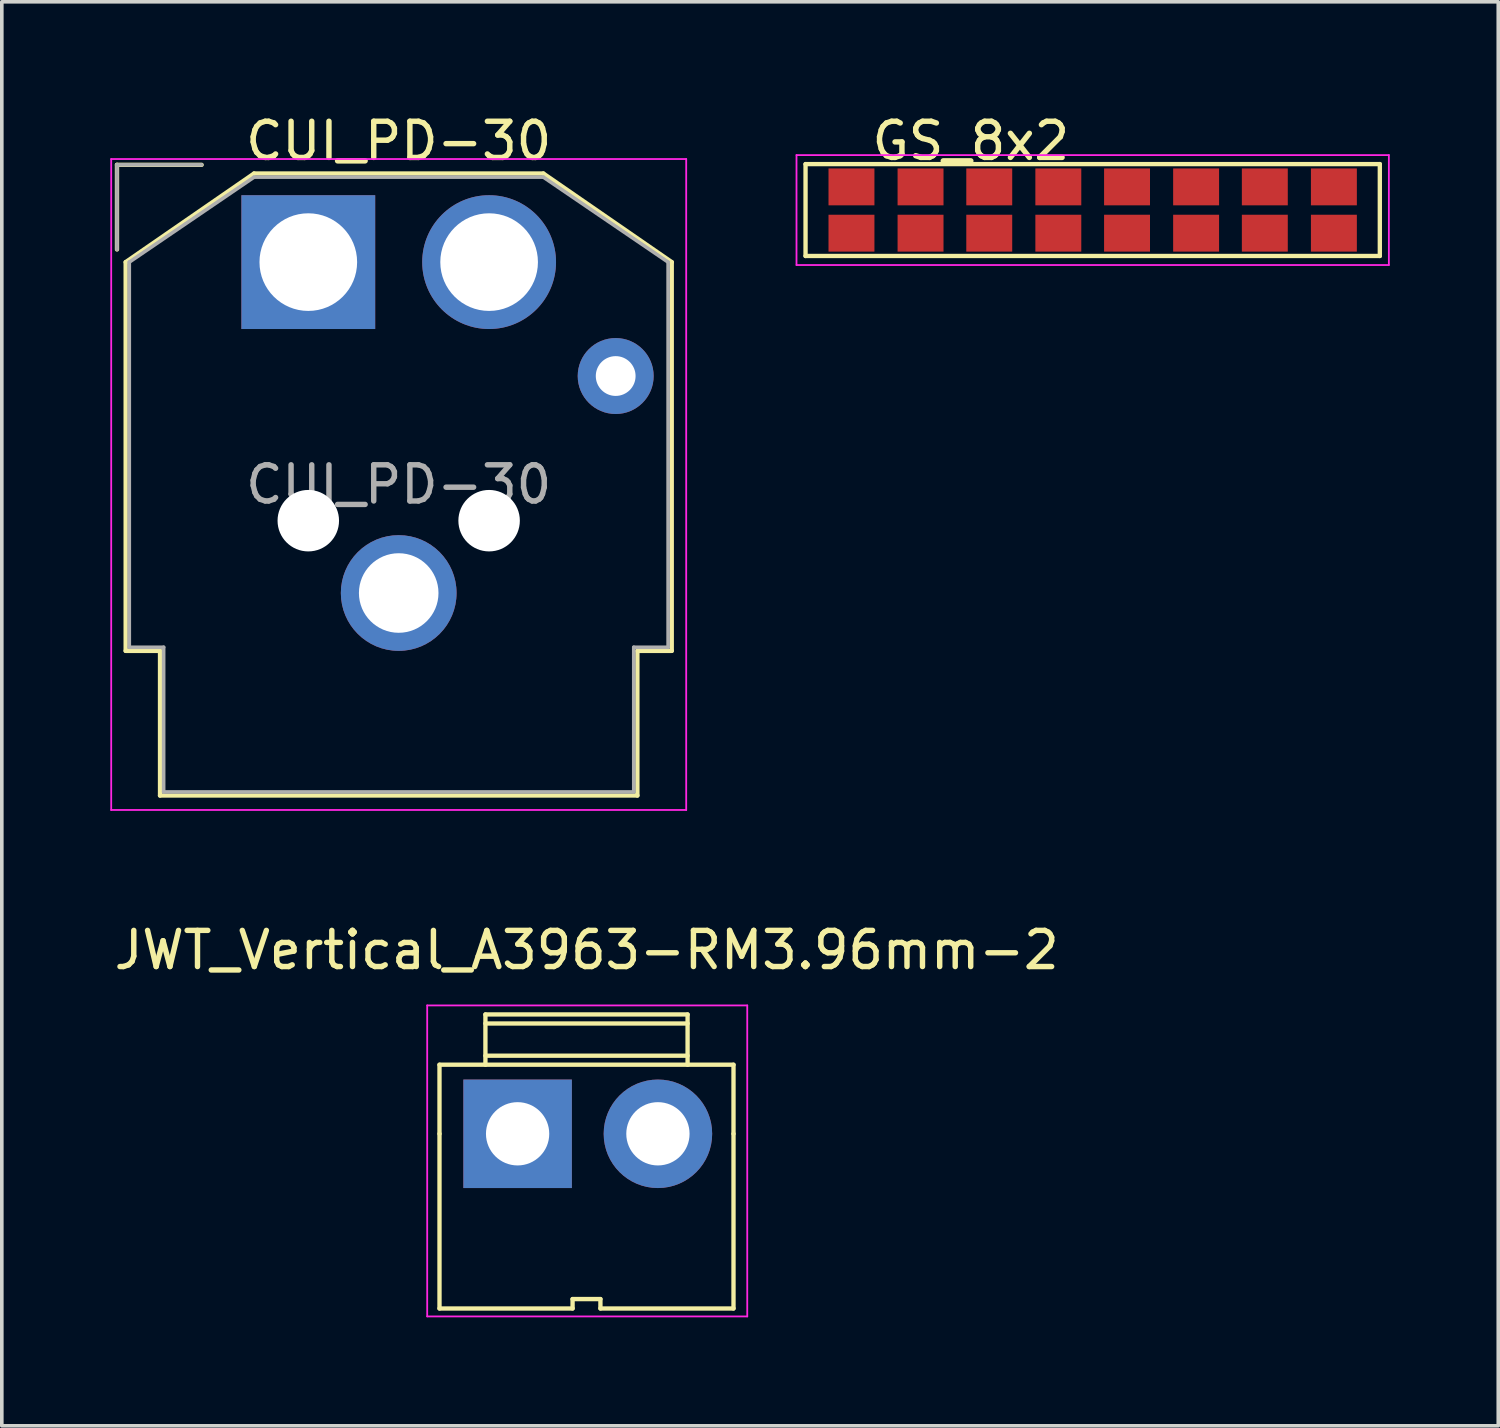
<source format=kicad_pcb>
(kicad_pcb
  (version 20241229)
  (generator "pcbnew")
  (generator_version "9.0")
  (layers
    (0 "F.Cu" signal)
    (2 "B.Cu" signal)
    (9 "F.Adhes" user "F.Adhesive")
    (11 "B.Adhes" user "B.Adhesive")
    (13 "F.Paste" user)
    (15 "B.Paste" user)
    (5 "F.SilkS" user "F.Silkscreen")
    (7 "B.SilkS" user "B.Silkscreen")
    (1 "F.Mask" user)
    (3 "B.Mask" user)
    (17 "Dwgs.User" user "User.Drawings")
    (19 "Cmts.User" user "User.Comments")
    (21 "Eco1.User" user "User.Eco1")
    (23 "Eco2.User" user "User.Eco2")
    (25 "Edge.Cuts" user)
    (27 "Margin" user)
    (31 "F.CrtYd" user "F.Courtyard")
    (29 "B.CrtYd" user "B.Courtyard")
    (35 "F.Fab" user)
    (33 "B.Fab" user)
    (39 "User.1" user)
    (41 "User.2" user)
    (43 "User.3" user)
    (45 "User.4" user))
  (footprint "GS_8x2"
    (layer "F.Cu")
    (at 27.165 2.758)
    (property "Reference" "GS_8x2" (at -3.37 -1.91 0) (layer "F.SilkS") (effects (font (size 1 1) (thickness 0.15))))
    (attr smd)
    (fp_line (start -7.94 -1.27) (end 7.94 -1.27) (stroke (width 0.12) (type solid)) (layer "F.SilkS"))
    (fp_line (start -7.94 1.27) (end -7.94 -1.27) (stroke (width 0.12) (type solid)) (layer "F.SilkS"))
    (fp_line (start 7.94 -1.27) (end 7.94 1.27) (stroke (width 0.12) (type solid)) (layer "F.SilkS"))
    (fp_line (start 7.94 1.27) (end -7.94 1.27) (stroke (width 0.12) (type solid)) (layer "F.SilkS"))
    (fp_line (start -8.19 -1.52) (end -8.19 1.52) (stroke (width 0.05) (type solid)) (layer "F.CrtYd"))
    (fp_line (start -8.19 -1.52) (end 8.19 -1.52) (stroke (width 0.05) (type solid)) (layer "F.CrtYd"))
    (fp_line (start 8.19 1.52) (end -8.19 1.52) (stroke (width 0.05) (type solid)) (layer "F.CrtYd"))
    (fp_line (start 8.19 1.52) (end 8.19 -1.52) (stroke (width 0.05) (type solid)) (layer "F.CrtYd"))
    (pad "1" smd rect (at -6.67 0.64) (size 1.27 1.02) (layers "F.Cu" "F.Mask" "F.Paste"))
    (pad "2" smd rect (at -6.67 -0.64) (size 1.27 1.02) (layers "F.Cu" "F.Mask" "F.Paste"))
    (pad "3" smd rect (at -4.76 0.64) (size 1.27 1.02) (layers "F.Cu" "F.Mask" "F.Paste"))
    (pad "4" smd rect (at -4.76 -0.64) (size 1.27 1.02) (layers "F.Cu" "F.Mask" "F.Paste"))
    (pad "5" smd rect (at -2.86 0.64) (size 1.27 1.02) (layers "F.Cu" "F.Mask" "F.Paste"))
    (pad "6" smd rect (at -2.86 -0.64) (size 1.27 1.02) (layers "F.Cu" "F.Mask" "F.Paste"))
    (pad "7" smd rect (at -0.95 0.64) (size 1.27 1.02) (layers "F.Cu" "F.Mask" "F.Paste"))
    (pad "8" smd rect (at -0.95 -0.64) (size 1.27 1.02) (layers "F.Cu" "F.Mask" "F.Paste"))
    (pad "9" smd rect (at 0.95 0.64) (size 1.27 1.02) (layers "F.Cu" "F.Mask" "F.Paste"))
    (pad "10" smd rect (at 0.95 -0.64) (size 1.27 1.02) (layers "F.Cu" "F.Mask" "F.Paste"))
    (pad "11" smd rect (at 2.86 0.64) (size 1.27 1.02) (layers "F.Cu" "F.Mask" "F.Paste"))
    (pad "12" smd rect (at 2.86 -0.64) (size 1.27 1.02) (layers "F.Cu" "F.Mask" "F.Paste"))
    (pad "13" smd rect (at 4.76 0.64) (size 1.27 1.02) (layers "F.Cu" "F.Mask" "F.Paste"))
    (pad "14" smd rect (at 4.76 -0.64) (size 1.27 1.02) (layers "F.Cu" "F.Mask" "F.Paste"))
    (pad "15" smd rect (at 6.67 0.64) (size 1.27 1.02) (layers "F.Cu" "F.Mask" "F.Paste"))
    (pad "16" smd rect (at 6.67 -0.64) (size 1.27 1.02) (layers "F.Cu" "F.Mask" "F.Paste")))
  (footprint "JWT_Vertical_A3963-RM3.96mm-2"
    (layer "F.Cu")
    (at 11.263 28.302)
    (property "Reference" "JWT_Vertical_A3963-RM3.96mm-2" (at 1.91 -5.08 0) (layer "F.SilkS") (effects (font (size 1 1) (thickness 0.15))))
    (attr through_hole)
    (fp_line (start -2.16 -1.91) (end -2.16 0) (stroke (width 0.12) (type solid)) (layer "F.SilkS"))
    (fp_line (start -2.16 -1.91) (end 5.97 -1.91) (stroke (width 0.12) (type solid)) (layer "F.SilkS"))
    (fp_line (start -2.16 0) (end -2.16 4.83) (stroke (width 0.12) (type solid)) (layer "F.SilkS"))
    (fp_line (start -0.89 -3.3) (end 4.7 -3.3) (stroke (width 0.12) (type solid)) (layer "F.SilkS"))
    (fp_line (start -0.89 -3.05) (end 4.7 -3.05) (stroke (width 0.12) (type solid)) (layer "F.SilkS"))
    (fp_line (start -0.89 -2.16) (end 4.7 -2.16) (stroke (width 0.12) (type solid)) (layer "F.SilkS"))
    (fp_line (start -0.89 -1.91) (end -0.89 -3.3) (stroke (width 0.12) (type solid)) (layer "F.SilkS"))
    (fp_line (start 1.52 4.57) (end 2.29 4.57) (stroke (width 0.12) (type solid)) (layer "F.SilkS"))
    (fp_line (start 1.52 4.83) (end -2.16 4.83) (stroke (width 0.12) (type solid)) (layer "F.SilkS"))
    (fp_line (start 1.52 4.83) (end 1.52 4.57) (stroke (width 0.12) (type solid)) (layer "F.SilkS"))
    (fp_line (start 2.29 4.57) (end 2.29 4.83) (stroke (width 0.12) (type solid)) (layer "F.SilkS"))
    (fp_line (start 2.29 4.83) (end 5.97 4.83) (stroke (width 0.12) (type solid)) (layer "F.SilkS"))
    (fp_line (start 4.7 -1.91) (end 4.7 -3.3) (stroke (width 0.12) (type solid)) (layer "F.SilkS"))
    (fp_line (start 5.97 -1.91) (end 5.97 0) (stroke (width 0.12) (type solid)) (layer "F.SilkS"))
    (fp_line (start 5.97 4.83) (end 5.97 0) (stroke (width 0.12) (type solid)) (layer "F.SilkS"))
    (fp_line (start -2.5 -3.55) (end 6.35 -3.55) (stroke (width 0.05) (type solid)) (layer "F.CrtYd"))
    (fp_line (start -2.5 5.05) (end -2.5 -3.55) (stroke (width 0.05) (type solid)) (layer "F.CrtYd"))
    (fp_line (start 6.35 -3.55) (end 6.35 5.05) (stroke (width 0.05) (type solid)) (layer "F.CrtYd"))
    (fp_line (start 6.35 5.05) (end -2.5 5.05) (stroke (width 0.05) (type solid)) (layer "F.CrtYd"))
    (pad "1" thru_hole rect (at 0 0) (size 3 3) (drill 1.75) (layers "*.Cu" "*.Mask"))
    (pad "2" thru_hole circle (at 3.88 0) (size 3 3) (drill 1.75) (layers "*.Cu" "*.Mask")))
  (footprint "CUI_PD-30"
    (layer "F.Cu")
    (at 5.475 4.198)
    (property "Reference" "CUI_PD-30" (at 2.5 -3.35 0) (layer "F.SilkS") (effects (font (size 1 1) (thickness 0.15))))
    (attr through_hole)
    (fp_line (start -5.29 -2.69) (end -2.95 -2.69) (stroke (width 0.12) (type solid)) (layer "F.SilkS"))
    (fp_line (start -5.29 -0.35) (end -5.29 -2.69) (stroke (width 0.12) (type solid)) (layer "F.SilkS"))
    (fp_line (start -5.05 0) (end -1.5 -2.45) (stroke (width 0.12) (type solid)) (layer "F.SilkS"))
    (fp_line (start -5.05 10.75) (end -5.05 0) (stroke (width 0.12) (type solid)) (layer "F.SilkS"))
    (fp_line (start -4.1 10.75) (end -5.05 10.75) (stroke (width 0.12) (type solid)) (layer "F.SilkS"))
    (fp_line (start -4.1 14.75) (end -4.1 10.75) (stroke (width 0.12) (type solid)) (layer "F.SilkS"))
    (fp_line (start -1.5 -2.45) (end 6.5 -2.45) (stroke (width 0.12) (type solid)) (layer "F.SilkS"))
    (fp_line (start 6.5 -2.45) (end 10.05 0) (stroke (width 0.12) (type solid)) (layer "F.SilkS"))
    (fp_line (start 9.1 10.75) (end 9.1 14.75) (stroke (width 0.12) (type solid)) (layer "F.SilkS"))
    (fp_line (start 9.1 14.75) (end -4.1 14.75) (stroke (width 0.12) (type solid)) (layer "F.SilkS"))
    (fp_line (start 10.05 0) (end 10.05 10.75) (stroke (width 0.12) (type solid)) (layer "F.SilkS"))
    (fp_line (start 10.05 10.75) (end 9.1 10.75) (stroke (width 0.12) (type solid)) (layer "F.SilkS"))
    (fp_line (start -5.45 -2.85) (end 10.45 -2.85) (stroke (width 0.05) (type solid)) (layer "F.CrtYd"))
    (fp_line (start -5.45 15.15) (end -5.45 -2.85) (stroke (width 0.05) (type solid)) (layer "F.CrtYd"))
    (fp_line (start 10.45 -2.85) (end 10.45 15.15) (stroke (width 0.05) (type solid)) (layer "F.CrtYd"))
    (fp_line (start 10.45 15.15) (end -5.45 15.15) (stroke (width 0.05) (type solid)) (layer "F.CrtYd"))
    (fp_line (start -5.29 -2.69) (end -2.95 -2.69) (stroke (width 0.1) (type solid)) (layer "F.Fab"))
    (fp_line (start -5.29 -0.35) (end -5.29 -2.69) (stroke (width 0.1) (type solid)) (layer "F.Fab"))
    (fp_line (start -4.95 0) (end -1.5 -2.35) (stroke (width 0.1) (type solid)) (layer "F.Fab"))
    (fp_line (start -4.95 10.65) (end -4.95 0) (stroke (width 0.1) (type solid)) (layer "F.Fab"))
    (fp_line (start -4 10.65) (end -4.95 10.65) (stroke (width 0.1) (type solid)) (layer "F.Fab"))
    (fp_line (start -4 14.65) (end -4 10.65) (stroke (width 0.1) (type solid)) (layer "F.Fab"))
    (fp_line (start -1.5 -2.35) (end 6.5 -2.35) (stroke (width 0.1) (type solid)) (layer "F.Fab"))
    (fp_line (start 6.5 -2.35) (end 9.95 0) (stroke (width 0.1) (type solid)) (layer "F.Fab"))
    (fp_line (start 9 10.65) (end 9 14.65) (stroke (width 0.1) (type solid)) (layer "F.Fab"))
    (fp_line (start 9 14.65) (end -4 14.65) (stroke (width 0.1) (type solid)) (layer "F.Fab"))
    (fp_line (start 9.95 0) (end 9.95 10.65) (stroke (width 0.1) (type solid)) (layer "F.Fab"))
    (fp_line (start 9.95 10.65) (end 9 10.65) (stroke (width 0.1) (type solid)) (layer "F.Fab"))
    (fp_text user "${REFERENCE}" (at 2.5 6.15 0) (layer "F.Fab") (effects (font (size 1 1) (thickness 0.15))))
    (pad "" np_thru_hole circle (at 0 7.15 180) (size 1.7 1.7) (drill 1.7) (layers "*.Cu" "*.Mask"))
    (pad "" np_thru_hole circle (at 5 7.15 180) (size 1.7 1.7) (drill 1.7) (layers "*.Cu" "*.Mask"))
    (pad "1" thru_hole rect (at 0 0 180) (size 3.7 3.7) (drill 2.7) (layers "*.Cu" "*.Mask"))
    (pad "2" thru_hole circle (at 5 0 180) (size 3.7 3.7) (drill 2.7) (layers "*.Cu" "*.Mask"))
    (pad "3" thru_hole circle (at 8.5 3.15 180) (size 2.1 2.1) (drill 1.1) (layers "*.Cu" "*.Mask"))
    (pad "4" thru_hole circle (at 2.5 9.15 180) (size 3.2 3.2) (drill 2.2) (layers "*.Cu" "*.Mask")))
  (gr_rect
    (start -3 -3)
    (end 38.38 36.377)
    (stroke (width 0.1) (type default))
    (fill no)
    (layer "Edge.Cuts")))
</source>
